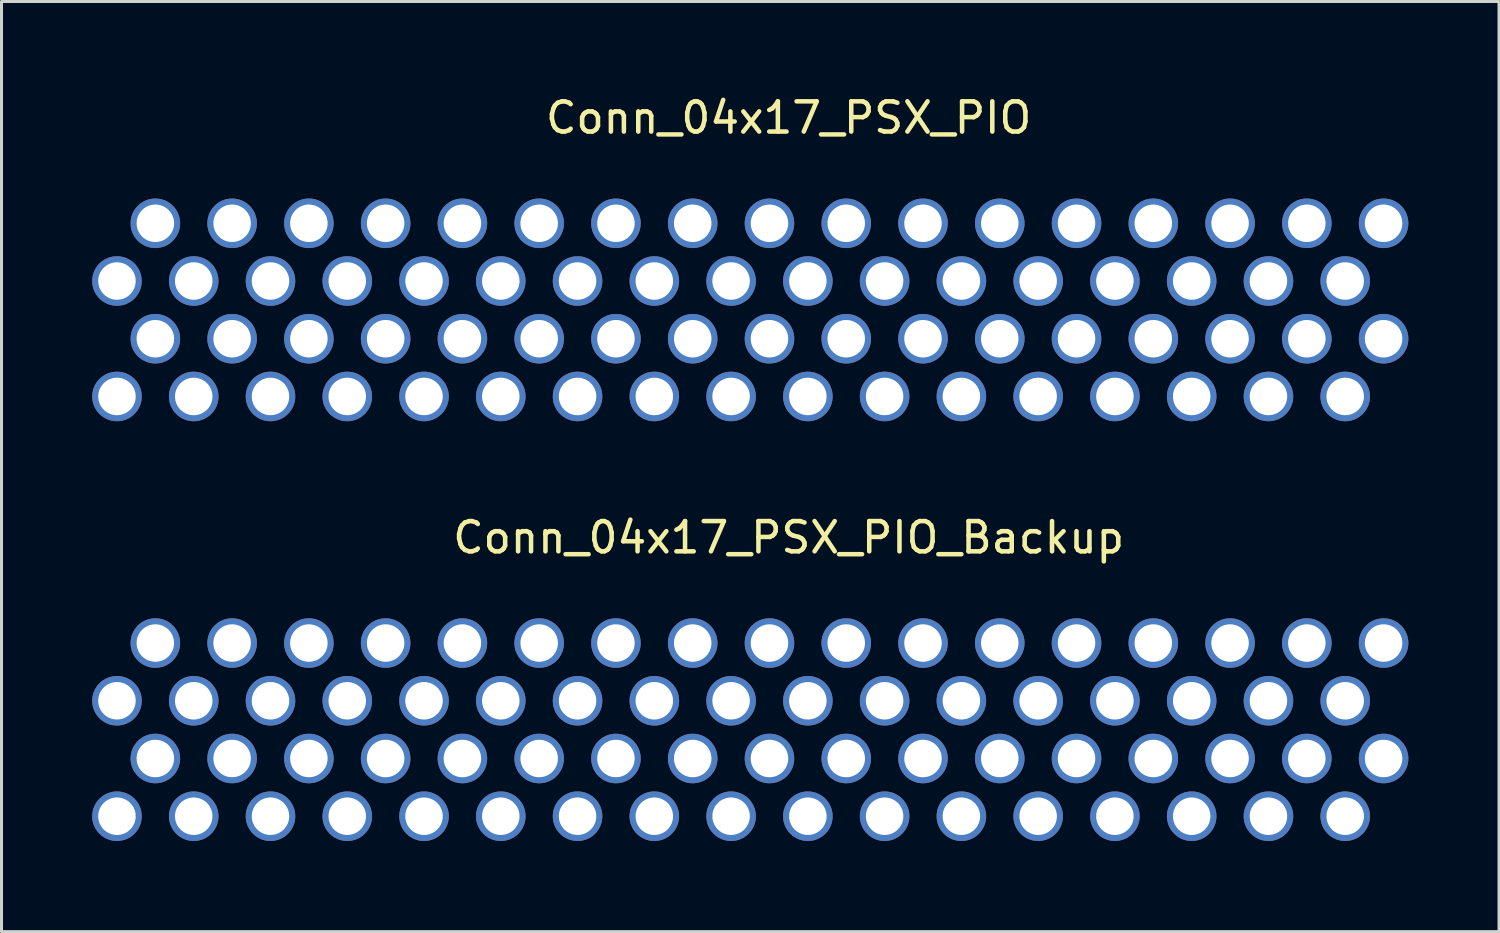
<source format=kicad_pcb>
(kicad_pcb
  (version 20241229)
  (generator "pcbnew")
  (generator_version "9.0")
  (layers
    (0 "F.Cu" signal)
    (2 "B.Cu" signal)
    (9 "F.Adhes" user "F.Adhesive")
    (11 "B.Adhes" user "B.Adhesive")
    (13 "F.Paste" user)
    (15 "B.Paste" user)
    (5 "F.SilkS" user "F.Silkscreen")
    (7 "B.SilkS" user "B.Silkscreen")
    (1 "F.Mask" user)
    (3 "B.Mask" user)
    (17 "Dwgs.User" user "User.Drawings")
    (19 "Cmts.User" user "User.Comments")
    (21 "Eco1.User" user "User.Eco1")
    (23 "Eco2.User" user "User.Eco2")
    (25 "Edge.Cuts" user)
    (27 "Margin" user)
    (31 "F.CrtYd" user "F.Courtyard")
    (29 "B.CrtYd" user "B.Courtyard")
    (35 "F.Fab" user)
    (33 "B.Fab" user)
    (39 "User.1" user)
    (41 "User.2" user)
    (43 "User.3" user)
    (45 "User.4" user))
  (footprint "Conn_04x17_PSX_PIO_Backup"
    (layer "F.Cu")
    (at 22.41 21.087)
    (property "Reference" "Conn_04x17_PSX_PIO_Backup" (at 0.635 -6.35 0) (layer "F.SilkS") (effects (font (size 1 1) (thickness 0.15))))
    (attr through_hole)
    (pad "1" thru_hole circle (at -21.59 -0.95) (size 1.64 1.64) (drill 1.24) (layers "*.Cu" "*.Mask"))
    (pad "2" thru_hole circle (at -20.32 -2.86) (size 1.64 1.64) (drill 1.24) (layers "*.Cu" "*.Mask"))
    (pad "3" thru_hole circle (at -19.05 -0.95) (size 1.64 1.64) (drill 1.24) (layers "*.Cu" "*.Mask"))
    (pad "4" thru_hole circle (at -17.78 -2.86) (size 1.64 1.64) (drill 1.24) (layers "*.Cu" "*.Mask"))
    (pad "5" thru_hole circle (at -16.51 -0.95) (size 1.64 1.64) (drill 1.24) (layers "*.Cu" "*.Mask"))
    (pad "6" thru_hole circle (at -15.24 -2.86) (size 1.64 1.64) (drill 1.24) (layers "*.Cu" "*.Mask"))
    (pad "7" thru_hole circle (at -13.97 -0.95) (size 1.64 1.64) (drill 1.24) (layers "*.Cu" "*.Mask"))
    (pad "8" thru_hole circle (at -12.7 -2.86) (size 1.64 1.64) (drill 1.24) (layers "*.Cu" "*.Mask"))
    (pad "9" thru_hole circle (at -11.43 -0.95) (size 1.64 1.64) (drill 1.24) (layers "*.Cu" "*.Mask"))
    (pad "10" thru_hole circle (at -10.16 -2.86) (size 1.64 1.64) (drill 1.24) (layers "*.Cu" "*.Mask"))
    (pad "11" thru_hole circle (at -8.89 -0.95) (size 1.64 1.64) (drill 1.24) (layers "*.Cu" "*.Mask"))
    (pad "12" thru_hole circle (at -7.62 -2.86) (size 1.64 1.64) (drill 1.24) (layers "*.Cu" "*.Mask"))
    (pad "13" thru_hole circle (at -6.35 -0.95) (size 1.64 1.64) (drill 1.24) (layers "*.Cu" "*.Mask"))
    (pad "14" thru_hole circle (at -5.08 -2.86) (size 1.64 1.64) (drill 1.24) (layers "*.Cu" "*.Mask"))
    (pad "15" thru_hole circle (at -3.81 -0.95) (size 1.64 1.64) (drill 1.24) (layers "*.Cu" "*.Mask"))
    (pad "16" thru_hole circle (at -2.54 -2.86) (size 1.64 1.64) (drill 1.24) (layers "*.Cu" "*.Mask"))
    (pad "17" thru_hole circle (at -1.27 -0.95) (size 1.64 1.64) (drill 1.24) (layers "*.Cu" "*.Mask"))
    (pad "18" thru_hole circle (at 0 -2.86) (size 1.64 1.64) (drill 1.24) (layers "*.Cu" "*.Mask"))
    (pad "19" thru_hole circle (at 1.27 -0.95) (size 1.64 1.64) (drill 1.24) (layers "*.Cu" "*.Mask"))
    (pad "20" thru_hole circle (at 2.54 -2.86) (size 1.64 1.64) (drill 1.24) (layers "*.Cu" "*.Mask"))
    (pad "21" thru_hole circle (at 3.81 -0.95) (size 1.64 1.64) (drill 1.24) (layers "*.Cu" "*.Mask"))
    (pad "22" thru_hole circle (at 5.08 -2.86) (size 1.64 1.64) (drill 1.24) (layers "*.Cu" "*.Mask"))
    (pad "23" thru_hole circle (at 6.35 -0.95) (size 1.64 1.64) (drill 1.24) (layers "*.Cu" "*.Mask"))
    (pad "24" thru_hole circle (at 7.62 -2.86) (size 1.64 1.64) (drill 1.24) (layers "*.Cu" "*.Mask"))
    (pad "25" thru_hole circle (at 8.89 -0.95) (size 1.64 1.64) (drill 1.24) (layers "*.Cu" "*.Mask"))
    (pad "26" thru_hole circle (at 10.16 -2.86) (size 1.64 1.64) (drill 1.24) (layers "*.Cu" "*.Mask"))
    (pad "27" thru_hole circle (at 11.43 -0.95) (size 1.64 1.64) (drill 1.24) (layers "*.Cu" "*.Mask"))
    (pad "28" thru_hole circle (at 12.7 -2.86) (size 1.64 1.64) (drill 1.24) (layers "*.Cu" "*.Mask"))
    (pad "29" thru_hole circle (at 13.97 -0.95) (size 1.64 1.64) (drill 1.24) (layers "*.Cu" "*.Mask"))
    (pad "30" thru_hole circle (at 15.24 -2.86) (size 1.64 1.64) (drill 1.24) (layers "*.Cu" "*.Mask"))
    (pad "31" thru_hole circle (at 16.51 -0.95) (size 1.64 1.64) (drill 1.24) (layers "*.Cu" "*.Mask"))
    (pad "32" thru_hole circle (at 17.78 -2.86) (size 1.64 1.64) (drill 1.24) (layers "*.Cu" "*.Mask"))
    (pad "33" thru_hole circle (at 19.05 -0.95) (size 1.64 1.64) (drill 1.24) (layers "*.Cu" "*.Mask"))
    (pad "34" thru_hole circle (at 20.32 -2.86) (size 1.64 1.64) (drill 1.24) (layers "*.Cu" "*.Mask"))
    (pad "35" thru_hole circle (at -21.59 2.87) (size 1.64 1.64) (drill 1.24) (layers "*.Cu" "*.Mask"))
    (pad "36" thru_hole circle (at -20.32 0.96) (size 1.64 1.64) (drill 1.24) (layers "*.Cu" "*.Mask"))
    (pad "37" thru_hole circle (at -19.05 2.87) (size 1.64 1.64) (drill 1.24) (layers "*.Cu" "*.Mask"))
    (pad "38" thru_hole circle (at -17.78 0.96) (size 1.64 1.64) (drill 1.24) (layers "*.Cu" "*.Mask"))
    (pad "39" thru_hole circle (at -16.51 2.87) (size 1.64 1.64) (drill 1.24) (layers "*.Cu" "*.Mask"))
    (pad "40" thru_hole circle (at -15.24 0.96) (size 1.64 1.64) (drill 1.24) (layers "*.Cu" "*.Mask"))
    (pad "41" thru_hole circle (at -13.97 2.87) (size 1.64 1.64) (drill 1.24) (layers "*.Cu" "*.Mask"))
    (pad "42" thru_hole circle (at -12.7 0.96) (size 1.64 1.64) (drill 1.24) (layers "*.Cu" "*.Mask"))
    (pad "43" thru_hole circle (at -11.43 2.87) (size 1.64 1.64) (drill 1.24) (layers "*.Cu" "*.Mask"))
    (pad "44" thru_hole circle (at -10.16 0.96) (size 1.64 1.64) (drill 1.24) (layers "*.Cu" "*.Mask"))
    (pad "45" thru_hole circle (at -8.89 2.87) (size 1.64 1.64) (drill 1.24) (layers "*.Cu" "*.Mask"))
    (pad "46" thru_hole circle (at -7.62 0.96) (size 1.64 1.64) (drill 1.24) (layers "*.Cu" "*.Mask"))
    (pad "47" thru_hole circle (at -6.35 2.87) (size 1.64 1.64) (drill 1.24) (layers "*.Cu" "*.Mask"))
    (pad "48" thru_hole circle (at -5.08 0.96) (size 1.64 1.64) (drill 1.24) (layers "*.Cu" "*.Mask"))
    (pad "49" thru_hole circle (at -3.81 2.87) (size 1.64 1.64) (drill 1.24) (layers "*.Cu" "*.Mask"))
    (pad "50" thru_hole circle (at -2.54 0.96) (size 1.64 1.64) (drill 1.24) (layers "*.Cu" "*.Mask"))
    (pad "51" thru_hole circle (at -1.27 2.87) (size 1.64 1.64) (drill 1.24) (layers "*.Cu" "*.Mask"))
    (pad "52" thru_hole circle (at 0 0.96) (size 1.64 1.64) (drill 1.24) (layers "*.Cu" "*.Mask"))
    (pad "53" thru_hole circle (at 1.27 2.87) (size 1.64 1.64) (drill 1.24) (layers "*.Cu" "*.Mask"))
    (pad "54" thru_hole circle (at 2.54 0.96) (size 1.64 1.64) (drill 1.24) (layers "*.Cu" "*.Mask"))
    (pad "55" thru_hole circle (at 3.81 2.87) (size 1.64 1.64) (drill 1.24) (layers "*.Cu" "*.Mask"))
    (pad "56" thru_hole circle (at 5.08 0.96) (size 1.64 1.64) (drill 1.24) (layers "*.Cu" "*.Mask"))
    (pad "57" thru_hole circle (at 6.35 2.87) (size 1.64 1.64) (drill 1.24) (layers "*.Cu" "*.Mask"))
    (pad "58" thru_hole circle (at 7.62 0.96) (size 1.64 1.64) (drill 1.24) (layers "*.Cu" "*.Mask"))
    (pad "59" thru_hole circle (at 8.89 2.87) (size 1.64 1.64) (drill 1.24) (layers "*.Cu" "*.Mask"))
    (pad "60" thru_hole circle (at 10.16 0.96) (size 1.64 1.64) (drill 1.24) (layers "*.Cu" "*.Mask"))
    (pad "61" thru_hole circle (at 11.43 2.87) (size 1.64 1.64) (drill 1.24) (layers "*.Cu" "*.Mask"))
    (pad "62" thru_hole circle (at 12.7 0.96) (size 1.64 1.64) (drill 1.24) (layers "*.Cu" "*.Mask"))
    (pad "63" thru_hole circle (at 13.97 2.87) (size 1.64 1.64) (drill 1.24) (layers "*.Cu" "*.Mask"))
    (pad "64" thru_hole circle (at 15.24 0.96) (size 1.64 1.64) (drill 1.24) (layers "*.Cu" "*.Mask"))
    (pad "65" thru_hole circle (at 16.51 2.87) (size 1.64 1.64) (drill 1.24) (layers "*.Cu" "*.Mask"))
    (pad "66" thru_hole circle (at 17.78 0.96) (size 1.64 1.64) (drill 1.24) (layers "*.Cu" "*.Mask"))
    (pad "67" thru_hole circle (at 19.05 2.87) (size 1.64 1.64) (drill 1.24) (layers "*.Cu" "*.Mask"))
    (pad "68" thru_hole circle (at 20.32 0.96) (size 1.64 1.64) (drill 1.24) (layers "*.Cu" "*.Mask")))
  (footprint "Conn_04x17_PSX_PIO"
    (layer "F.Cu")
    (at 22.41 7.198)
    (property "Reference" "Conn_04x17_PSX_PIO" (at 0.635 -6.35 0) (layer "F.SilkS") (effects (font (size 1 1) (thickness 0.15))))
    (attr through_hole)
    (pad "1" thru_hole circle (at -21.59 -0.95) (size 1.64 1.64) (drill 1.24) (layers "*.Cu" "*.Mask"))
    (pad "2" thru_hole circle (at -20.32 -2.86) (size 1.64 1.64) (drill 1.24) (layers "*.Cu" "*.Mask"))
    (pad "3" thru_hole circle (at -19.05 -0.95) (size 1.64 1.64) (drill 1.24) (layers "*.Cu" "*.Mask"))
    (pad "4" thru_hole circle (at -17.78 -2.86) (size 1.64 1.64) (drill 1.24) (layers "*.Cu" "*.Mask"))
    (pad "5" thru_hole circle (at -16.51 -0.95) (size 1.64 1.64) (drill 1.24) (layers "*.Cu" "*.Mask"))
    (pad "6" thru_hole circle (at -15.24 -2.86) (size 1.64 1.64) (drill 1.24) (layers "*.Cu" "*.Mask"))
    (pad "7" thru_hole circle (at -13.97 -0.95) (size 1.64 1.64) (drill 1.24) (layers "*.Cu" "*.Mask"))
    (pad "8" thru_hole circle (at -12.7 -2.86) (size 1.64 1.64) (drill 1.24) (layers "*.Cu" "*.Mask"))
    (pad "9" thru_hole circle (at -11.43 -0.95) (size 1.64 1.64) (drill 1.24) (layers "*.Cu" "*.Mask"))
    (pad "10" thru_hole circle (at -10.16 -2.86) (size 1.64 1.64) (drill 1.24) (layers "*.Cu" "*.Mask"))
    (pad "11" thru_hole circle (at -8.89 -0.95) (size 1.64 1.64) (drill 1.24) (layers "*.Cu" "*.Mask"))
    (pad "12" thru_hole circle (at -7.62 -2.86) (size 1.64 1.64) (drill 1.24) (layers "*.Cu" "*.Mask"))
    (pad "13" thru_hole circle (at -6.35 -0.95) (size 1.64 1.64) (drill 1.24) (layers "*.Cu" "*.Mask"))
    (pad "14" thru_hole circle (at -5.08 -2.86) (size 1.64 1.64) (drill 1.24) (layers "*.Cu" "*.Mask"))
    (pad "15" thru_hole circle (at -3.81 -0.95) (size 1.64 1.64) (drill 1.24) (layers "*.Cu" "*.Mask"))
    (pad "16" thru_hole circle (at -2.54 -2.86) (size 1.64 1.64) (drill 1.24) (layers "*.Cu" "*.Mask"))
    (pad "17" thru_hole circle (at -1.27 -0.95) (size 1.64 1.64) (drill 1.24) (layers "*.Cu" "*.Mask"))
    (pad "18" thru_hole circle (at 0 -2.86) (size 1.64 1.64) (drill 1.24) (layers "*.Cu" "*.Mask"))
    (pad "19" thru_hole circle (at 1.27 -0.95) (size 1.64 1.64) (drill 1.24) (layers "*.Cu" "*.Mask"))
    (pad "20" thru_hole circle (at 2.54 -2.86) (size 1.64 1.64) (drill 1.24) (layers "*.Cu" "*.Mask"))
    (pad "21" thru_hole circle (at 3.81 -0.95) (size 1.64 1.64) (drill 1.24) (layers "*.Cu" "*.Mask"))
    (pad "22" thru_hole circle (at 5.08 -2.86) (size 1.64 1.64) (drill 1.24) (layers "*.Cu" "*.Mask"))
    (pad "23" thru_hole circle (at 6.35 -0.95) (size 1.64 1.64) (drill 1.24) (layers "*.Cu" "*.Mask"))
    (pad "24" thru_hole circle (at 7.62 -2.86) (size 1.64 1.64) (drill 1.24) (layers "*.Cu" "*.Mask"))
    (pad "25" thru_hole circle (at 8.89 -0.95) (size 1.64 1.64) (drill 1.24) (layers "*.Cu" "*.Mask"))
    (pad "26" thru_hole circle (at 10.16 -2.86) (size 1.64 1.64) (drill 1.24) (layers "*.Cu" "*.Mask"))
    (pad "27" thru_hole circle (at 11.43 -0.95) (size 1.64 1.64) (drill 1.24) (layers "*.Cu" "*.Mask"))
    (pad "28" thru_hole circle (at 12.7 -2.86) (size 1.64 1.64) (drill 1.24) (layers "*.Cu" "*.Mask"))
    (pad "29" thru_hole circle (at 13.97 -0.95) (size 1.64 1.64) (drill 1.24) (layers "*.Cu" "*.Mask"))
    (pad "30" thru_hole circle (at 15.24 -2.86) (size 1.64 1.64) (drill 1.24) (layers "*.Cu" "*.Mask"))
    (pad "31" thru_hole circle (at 16.51 -0.95) (size 1.64 1.64) (drill 1.24) (layers "*.Cu" "*.Mask"))
    (pad "32" thru_hole circle (at 17.78 -2.86) (size 1.64 1.64) (drill 1.24) (layers "*.Cu" "*.Mask"))
    (pad "33" thru_hole circle (at 19.05 -0.95) (size 1.64 1.64) (drill 1.24) (layers "*.Cu" "*.Mask"))
    (pad "34" thru_hole circle (at 20.32 -2.86) (size 1.64 1.64) (drill 1.24) (layers "*.Cu" "*.Mask"))
    (pad "35" thru_hole circle (at -21.59 2.87) (size 1.64 1.64) (drill 1.24) (layers "*.Cu" "*.Mask"))
    (pad "36" thru_hole circle (at -20.32 0.96) (size 1.64 1.64) (drill 1.24) (layers "*.Cu" "*.Mask"))
    (pad "37" thru_hole circle (at -19.05 2.87) (size 1.64 1.64) (drill 1.24) (layers "*.Cu" "*.Mask"))
    (pad "38" thru_hole circle (at -17.78 0.96) (size 1.64 1.64) (drill 1.24) (layers "*.Cu" "*.Mask"))
    (pad "39" thru_hole circle (at -16.51 2.87) (size 1.64 1.64) (drill 1.24) (layers "*.Cu" "*.Mask"))
    (pad "40" thru_hole circle (at -15.24 0.96) (size 1.64 1.64) (drill 1.24) (layers "*.Cu" "*.Mask"))
    (pad "41" thru_hole circle (at -13.97 2.87) (size 1.64 1.64) (drill 1.24) (layers "*.Cu" "*.Mask"))
    (pad "42" thru_hole circle (at -12.7 0.96) (size 1.64 1.64) (drill 1.24) (layers "*.Cu" "*.Mask"))
    (pad "43" thru_hole circle (at -11.43 2.87) (size 1.64 1.64) (drill 1.24) (layers "*.Cu" "*.Mask"))
    (pad "44" thru_hole circle (at -10.16 0.96) (size 1.64 1.64) (drill 1.24) (layers "*.Cu" "*.Mask"))
    (pad "45" thru_hole circle (at -8.89 2.87) (size 1.64 1.64) (drill 1.24) (layers "*.Cu" "*.Mask"))
    (pad "46" thru_hole circle (at -7.62 0.96) (size 1.64 1.64) (drill 1.24) (layers "*.Cu" "*.Mask"))
    (pad "47" thru_hole circle (at -6.35 2.87) (size 1.64 1.64) (drill 1.24) (layers "*.Cu" "*.Mask"))
    (pad "48" thru_hole circle (at -5.08 0.96) (size 1.64 1.64) (drill 1.24) (layers "*.Cu" "*.Mask"))
    (pad "49" thru_hole circle (at -3.81 2.87) (size 1.64 1.64) (drill 1.24) (layers "*.Cu" "*.Mask"))
    (pad "50" thru_hole circle (at -2.54 0.96) (size 1.64 1.64) (drill 1.24) (layers "*.Cu" "*.Mask"))
    (pad "51" thru_hole circle (at -1.27 2.87) (size 1.64 1.64) (drill 1.24) (layers "*.Cu" "*.Mask"))
    (pad "52" thru_hole circle (at 0 0.96) (size 1.64 1.64) (drill 1.24) (layers "*.Cu" "*.Mask"))
    (pad "53" thru_hole circle (at 1.27 2.87) (size 1.64 1.64) (drill 1.24) (layers "*.Cu" "*.Mask"))
    (pad "54" thru_hole circle (at 2.54 0.96) (size 1.64 1.64) (drill 1.24) (layers "*.Cu" "*.Mask"))
    (pad "55" thru_hole circle (at 3.81 2.87) (size 1.64 1.64) (drill 1.24) (layers "*.Cu" "*.Mask"))
    (pad "56" thru_hole circle (at 5.08 0.96) (size 1.64 1.64) (drill 1.24) (layers "*.Cu" "*.Mask"))
    (pad "57" thru_hole circle (at 6.35 2.87) (size 1.64 1.64) (drill 1.24) (layers "*.Cu" "*.Mask"))
    (pad "58" thru_hole circle (at 7.62 0.96) (size 1.64 1.64) (drill 1.24) (layers "*.Cu" "*.Mask"))
    (pad "59" thru_hole circle (at 8.89 2.87) (size 1.64 1.64) (drill 1.24) (layers "*.Cu" "*.Mask"))
    (pad "60" thru_hole circle (at 10.16 0.96) (size 1.64 1.64) (drill 1.24) (layers "*.Cu" "*.Mask"))
    (pad "61" thru_hole circle (at 11.43 2.87) (size 1.64 1.64) (drill 1.24) (layers "*.Cu" "*.Mask"))
    (pad "62" thru_hole circle (at 12.7 0.96) (size 1.64 1.64) (drill 1.24) (layers "*.Cu" "*.Mask"))
    (pad "63" thru_hole circle (at 13.97 2.87) (size 1.64 1.64) (drill 1.24) (layers "*.Cu" "*.Mask"))
    (pad "64" thru_hole circle (at 15.24 0.96) (size 1.64 1.64) (drill 1.24) (layers "*.Cu" "*.Mask"))
    (pad "65" thru_hole circle (at 16.51 2.87) (size 1.64 1.64) (drill 1.24) (layers "*.Cu" "*.Mask"))
    (pad "66" thru_hole circle (at 17.78 0.96) (size 1.64 1.64) (drill 1.24) (layers "*.Cu" "*.Mask"))
    (pad "67" thru_hole circle (at 19.05 2.87) (size 1.64 1.64) (drill 1.24) (layers "*.Cu" "*.Mask"))
    (pad "68" thru_hole circle (at 20.32 0.96) (size 1.64 1.64) (drill 1.24) (layers "*.Cu" "*.Mask")))
  (gr_rect
    (start -3 -3)
    (end 46.55 27.776)
    (stroke (width 0.1) (type default))
    (fill no)
    (layer "Edge.Cuts")))
</source>
